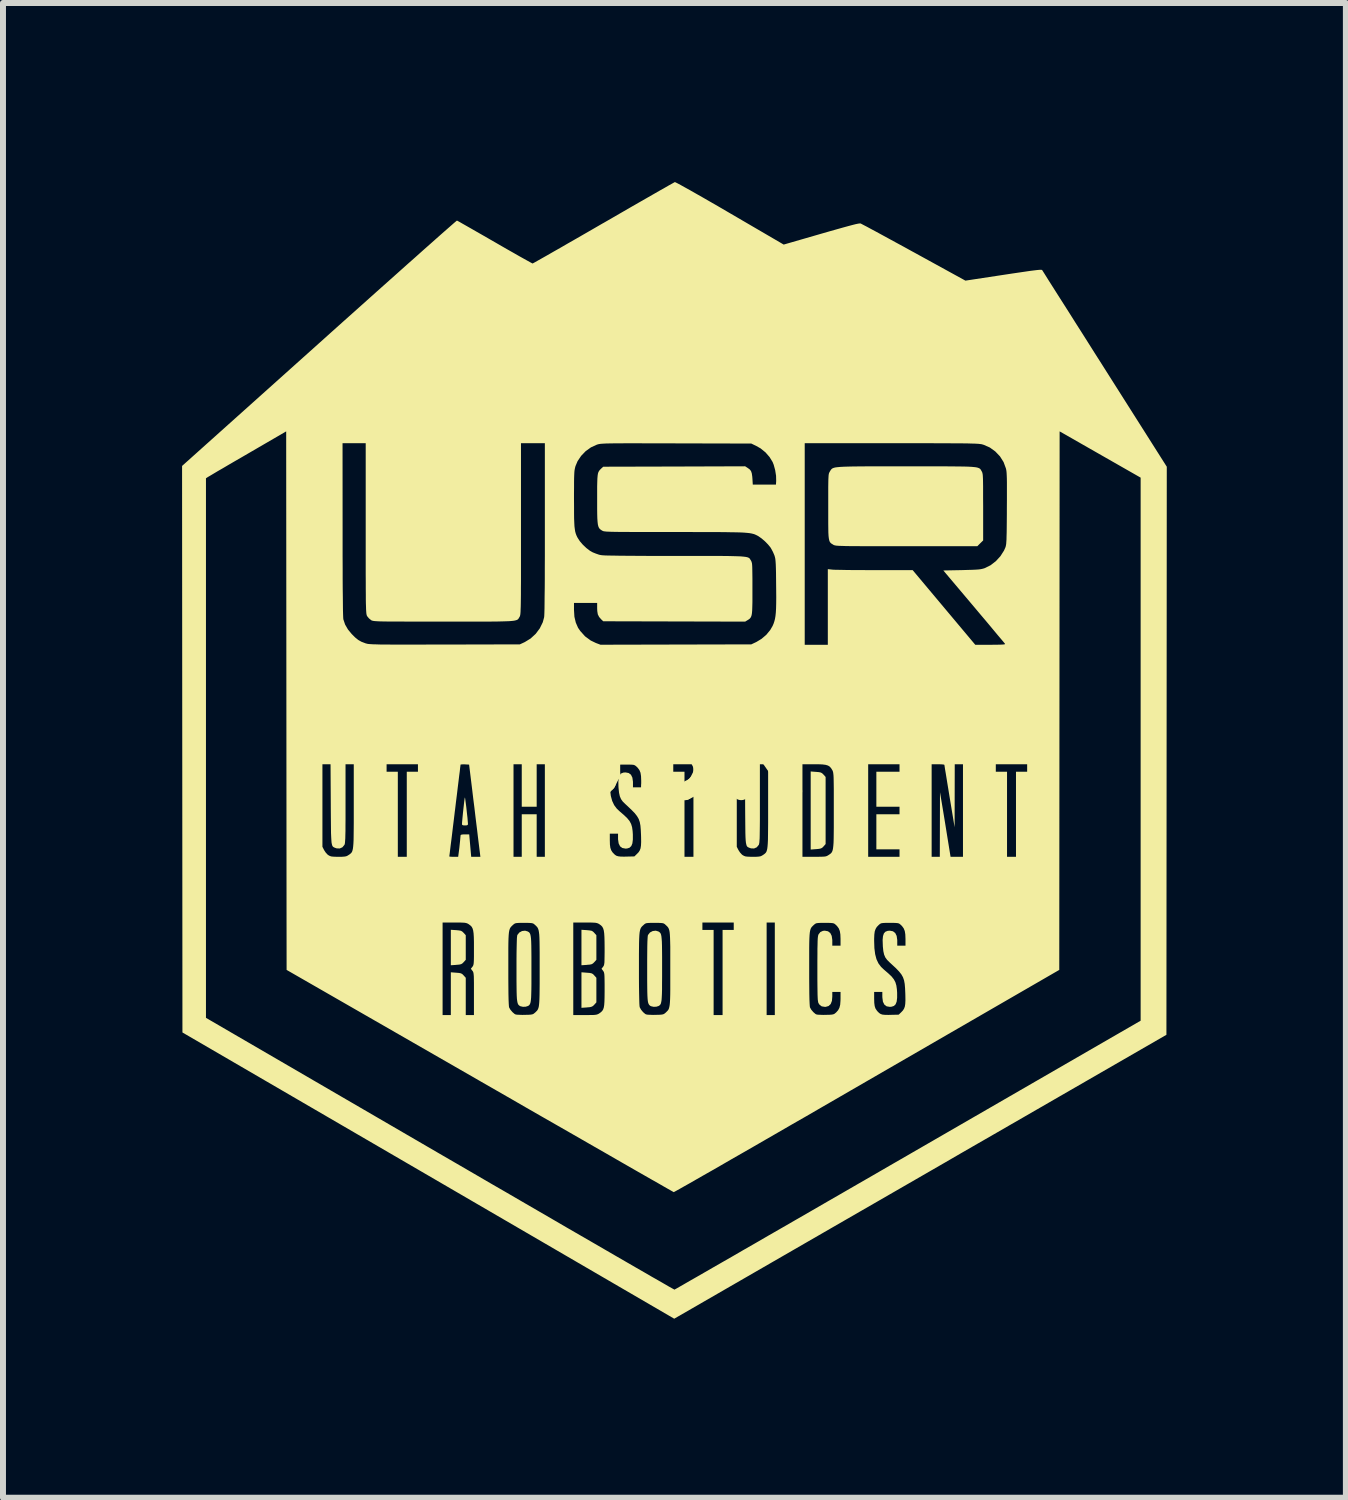
<source format=kicad_pcb>
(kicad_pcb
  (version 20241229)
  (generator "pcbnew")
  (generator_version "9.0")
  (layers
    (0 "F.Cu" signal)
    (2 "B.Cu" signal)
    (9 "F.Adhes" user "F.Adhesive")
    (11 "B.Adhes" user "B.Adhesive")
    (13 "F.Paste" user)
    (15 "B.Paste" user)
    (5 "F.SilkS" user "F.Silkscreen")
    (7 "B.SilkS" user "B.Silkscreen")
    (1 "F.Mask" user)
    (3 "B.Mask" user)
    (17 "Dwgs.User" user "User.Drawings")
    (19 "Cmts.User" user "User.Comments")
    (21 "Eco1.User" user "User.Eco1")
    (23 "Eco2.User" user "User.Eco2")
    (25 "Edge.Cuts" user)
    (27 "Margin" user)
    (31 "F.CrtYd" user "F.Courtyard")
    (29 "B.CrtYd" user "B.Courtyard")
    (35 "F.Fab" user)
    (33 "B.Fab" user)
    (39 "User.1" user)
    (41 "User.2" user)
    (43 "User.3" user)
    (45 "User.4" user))
  (footprint "USR"
    (layer "F.Cu")
    (at 8.241 9.514)
    (property "Reference" "USR" (at 0 0 0) (layer "F.SilkS") (effects (font (size 1.524 1.524) (thickness 0.3))))
    (attr through_hole)
    (fp_poly (pts (xy -3.649 3.017) (xy -3.601 3.022) (xy -3.569 3.028) (xy -3.547 3.041) (xy -3.526 3.061) (xy -3.524 3.063) (xy -3.489 3.102) (xy -3.489 3.514) (xy -3.524 3.553) (xy -3.545 3.574) (xy -3.567 3.587) (xy -3.598 3.594) (xy -3.645 3.598) (xy -3.649 3.599) (xy -3.739 3.605) (xy -3.739 3.011)) (stroke (width 0) (type solid)) (fill yes) (layer "F.SilkS"))
    (fp_poly (pts (xy -1.461 3.017) (xy -1.412 3.022) (xy -1.38 3.028) (xy -1.358 3.041) (xy -1.337 3.061) (xy -1.336 3.063) (xy -1.301 3.102) (xy -1.301 3.514) (xy -1.336 3.553) (xy -1.357 3.574) (xy -1.379 3.587) (xy -1.409 3.594) (xy -1.457 3.598) (xy -1.461 3.599) (xy -1.551 3.605) (xy -1.551 3.011)) (stroke (width 0) (type solid)) (fill yes) (layer "F.SilkS"))
    (fp_poly (pts (xy -1.461 3.73) (xy -1.412 3.734) (xy -1.38 3.741) (xy -1.358 3.753) (xy -1.337 3.774) (xy -1.336 3.776) (xy -1.301 3.815) (xy -1.301 4.227) (xy -1.336 4.266) (xy -1.357 4.287) (xy -1.379 4.299) (xy -1.409 4.307) (xy -1.457 4.311) (xy -1.461 4.312) (xy -1.551 4.318) (xy -1.551 3.723)) (stroke (width 0) (type solid)) (fill yes) (layer "F.SilkS"))
    (fp_poly (pts (xy 2.379 0.366) (xy 2.427 0.37) (xy 2.459 0.377) (xy 2.481 0.389) (xy 2.502 0.41) (xy 2.504 0.411) (xy 2.539 0.451) (xy 2.539 1.575) (xy 2.504 1.615) (xy 2.483 1.636) (xy 2.461 1.648) (xy 2.43 1.655) (xy 2.383 1.66) (xy 2.379 1.66) (xy 2.289 1.667) (xy 2.289 0.359)) (stroke (width 0) (type solid)) (fill yes) (layer "F.SilkS"))
    (fp_poly (pts (xy -3.5 0.808) (xy -3.495 0.842) (xy -3.489 0.89) (xy -3.481 0.949) (xy -3.474 1.013) (xy -3.467 1.078) (xy -3.46 1.138) (xy -3.456 1.189) (xy -3.453 1.225) (xy -3.452 1.235) (xy -3.455 1.253) (xy -3.469 1.261) (xy -3.501 1.263) (xy -3.502 1.263) (xy -3.535 1.261) (xy -3.55 1.252) (xy -3.552 1.241) (xy -3.551 1.215) (xy -3.547 1.171) (xy -3.542 1.117) (xy -3.536 1.055) (xy -3.529 0.99) (xy -3.522 0.928) (xy -3.516 0.873) (xy -3.51 0.829) (xy -3.506 0.802) (xy -3.503 0.795)) (stroke (width 0) (type solid)) (fill yes) (layer "F.SilkS"))
    (fp_poly (pts (xy -2.451 3.039) (xy -2.436 3.048) (xy -2.424 3.058) (xy -2.415 3.071) (xy -2.407 3.091) (xy -2.401 3.119) (xy -2.396 3.158) (xy -2.393 3.209) (xy -2.391 3.275) (xy -2.39 3.358) (xy -2.389 3.461) (xy -2.389 3.585) (xy -2.389 3.664) (xy -2.389 3.801) (xy -2.389 3.916) (xy -2.39 4.009) (xy -2.392 4.085) (xy -2.394 4.144) (xy -2.398 4.189) (xy -2.403 4.223) (xy -2.41 4.247) (xy -2.419 4.264) (xy -2.429 4.276) (xy -2.442 4.285) (xy -2.451 4.289) (xy -2.487 4.3) (xy -2.532 4.301) (xy -2.572 4.292) (xy -2.579 4.289) (xy -2.593 4.28) (xy -2.605 4.269) (xy -2.614 4.255) (xy -2.621 4.235) (xy -2.627 4.206) (xy -2.632 4.167) (xy -2.635 4.115) (xy -2.637 4.049) (xy -2.638 3.965) (xy -2.639 3.861) (xy -2.639 3.736) (xy -2.639 3.664) (xy -2.639 3.514) (xy -2.638 3.388) (xy -2.636 3.286) (xy -2.634 3.206) (xy -2.632 3.149) (xy -2.628 3.113) (xy -2.625 3.098) (xy -2.591 3.056) (xy -2.546 3.032) (xy -2.495 3.026)) (stroke (width 0) (type solid)) (fill yes) (layer "F.SilkS"))
    (fp_poly (pts (xy -0.262 3.039) (xy -0.248 3.048) (xy -0.236 3.058) (xy -0.226 3.071) (xy -0.218 3.091) (xy -0.212 3.119) (xy -0.208 3.158) (xy -0.204 3.209) (xy -0.202 3.275) (xy -0.201 3.358) (xy -0.2 3.461) (xy -0.2 3.585) (xy -0.2 3.664) (xy -0.2 3.801) (xy -0.201 3.916) (xy -0.201 4.009) (xy -0.203 4.085) (xy -0.206 4.144) (xy -0.209 4.189) (xy -0.215 4.223) (xy -0.221 4.247) (xy -0.23 4.264) (xy -0.241 4.276) (xy -0.254 4.285) (xy -0.262 4.289) (xy -0.299 4.3) (xy -0.344 4.301) (xy -0.383 4.292) (xy -0.391 4.289) (xy -0.405 4.28) (xy -0.416 4.269) (xy -0.425 4.255) (xy -0.433 4.235) (xy -0.439 4.206) (xy -0.443 4.167) (xy -0.446 4.115) (xy -0.448 4.049) (xy -0.449 3.965) (xy -0.45 3.861) (xy -0.45 3.736) (xy -0.45 3.664) (xy -0.45 3.514) (xy -0.449 3.388) (xy -0.448 3.286) (xy -0.446 3.206) (xy -0.443 3.149) (xy -0.44 3.113) (xy -0.436 3.098) (xy -0.403 3.056) (xy -0.357 3.032) (xy -0.306 3.026)) (stroke (width 0) (type solid)) (fill yes) (layer "F.SilkS"))
    (fp_poly (pts (xy 4.425 -4.752) (xy 4.56 -4.752) (xy 4.676 -4.751) (xy 4.775 -4.75) (xy 4.858 -4.749) (xy 4.926 -4.747) (xy 4.982 -4.744) (xy 5.026 -4.74) (xy 5.06 -4.736) (xy 5.086 -4.73) (xy 5.105 -4.723) (xy 5.119 -4.716) (xy 5.13 -4.707) (xy 5.138 -4.696) (xy 5.145 -4.684) (xy 5.152 -4.671) (xy 5.158 -4.661) (xy 5.163 -4.649) (xy 5.167 -4.633) (xy 5.171 -4.611) (xy 5.173 -4.581) (xy 5.175 -4.54) (xy 5.176 -4.485) (xy 5.177 -4.416) (xy 5.177 -4.328) (xy 5.177 -4.221) (xy 5.178 -4.091) (xy 5.178 -3.511) (xy 5.129 -3.463) (xy 5.08 -3.414) (xy 3.894 -3.414) (xy 3.695 -3.414) (xy 3.52 -3.414) (xy 3.366 -3.414) (xy 3.233 -3.415) (xy 3.119 -3.415) (xy 3.022 -3.416) (xy 2.941 -3.416) (xy 2.874 -3.417) (xy 2.82 -3.419) (xy 2.777 -3.42) (xy 2.744 -3.422) (xy 2.719 -3.424) (xy 2.701 -3.427) (xy 2.688 -3.43) (xy 2.678 -3.433) (xy 2.67 -3.437) (xy 2.668 -3.439) (xy 2.648 -3.451) (xy 2.631 -3.462) (xy 2.618 -3.475) (xy 2.607 -3.492) (xy 2.599 -3.515) (xy 2.593 -3.546) (xy 2.588 -3.588) (xy 2.585 -3.643) (xy 2.584 -3.714) (xy 2.583 -3.802) (xy 2.583 -3.91) (xy 2.583 -4.04) (xy 2.583 -4.076) (xy 2.583 -4.207) (xy 2.583 -4.315) (xy 2.583 -4.403) (xy 2.584 -4.473) (xy 2.585 -4.528) (xy 2.587 -4.569) (xy 2.589 -4.6) (xy 2.592 -4.622) (xy 2.596 -4.638) (xy 2.602 -4.651) (xy 2.608 -4.662) (xy 2.611 -4.667) (xy 2.619 -4.681) (xy 2.627 -4.693) (xy 2.636 -4.704) (xy 2.647 -4.714) (xy 2.662 -4.722) (xy 2.682 -4.729) (xy 2.709 -4.735) (xy 2.744 -4.739) (xy 2.79 -4.743) (xy 2.847 -4.746) (xy 2.916 -4.748) (xy 3.001 -4.75) (xy 3.101 -4.751) (xy 3.218 -4.752) (xy 3.355 -4.752) (xy 3.512 -4.752) (xy 3.691 -4.752) (xy 3.891 -4.752) (xy 4.092 -4.752) (xy 4.269 -4.752)) (stroke (width 0) (type solid)) (fill yes) (layer "F.SilkS"))
    (fp_poly (pts (xy 0.028 -9.508) (xy 0.062 -9.491) (xy 0.114 -9.463) (xy 0.184 -9.424) (xy 0.269 -9.377) (xy 0.369 -9.32) (xy 0.482 -9.256) (xy 0.605 -9.185) (xy 0.739 -9.108) (xy 0.881 -9.025) (xy 0.936 -8.993) (xy 1.837 -8.467) (xy 2.466 -8.649) (xy 2.612 -8.691) (xy 2.736 -8.726) (xy 2.839 -8.755) (xy 2.923 -8.778) (xy 2.991 -8.796) (xy 3.042 -8.809) (xy 3.081 -8.817) (xy 3.107 -8.821) (xy 3.123 -8.821) (xy 3.127 -8.82) (xy 3.142 -8.812) (xy 3.178 -8.793) (xy 3.232 -8.765) (xy 3.304 -8.726) (xy 3.39 -8.68) (xy 3.489 -8.626) (xy 3.599 -8.566) (xy 3.72 -8.5) (xy 3.849 -8.43) (xy 3.983 -8.356) (xy 4.02 -8.336) (xy 4.881 -7.863) (xy 5.519 -7.96) (xy 5.664 -7.982) (xy 5.787 -8) (xy 5.889 -8.015) (xy 5.971 -8.027) (xy 6.036 -8.035) (xy 6.086 -8.041) (xy 6.122 -8.044) (xy 6.146 -8.045) (xy 6.16 -8.043) (xy 6.166 -8.04) (xy 6.166 -8.04) (xy 6.174 -8.028) (xy 6.195 -7.995) (xy 6.227 -7.944) (xy 6.27 -7.875) (xy 6.324 -7.79) (xy 6.388 -7.689) (xy 6.461 -7.574) (xy 6.542 -7.447) (xy 6.631 -7.307) (xy 6.726 -7.156) (xy 6.828 -6.996) (xy 6.935 -6.827) (xy 7.046 -6.651) (xy 7.162 -6.469) (xy 7.215 -6.385) (xy 8.254 -4.746) (xy 8.251 0.012) (xy 8.248 4.77) (xy 6.641 5.697) (xy 6.469 5.796) (xy 6.277 5.907) (xy 6.067 6.028) (xy 5.842 6.158) (xy 5.602 6.296) (xy 5.351 6.441) (xy 5.09 6.591) (xy 4.821 6.746) (xy 4.547 6.905) (xy 4.268 7.066) (xy 3.987 7.228) (xy 3.706 7.39) (xy 3.427 7.551) (xy 3.151 7.71) (xy 2.882 7.865) (xy 2.62 8.016) (xy 2.518 8.075) (xy 0.003 9.526) (xy -4.116 7.128) (xy -8.235 4.731) (xy -8.238 -0.014) (xy -8.241 -4.552) (xy -7.841 -4.552) (xy -7.841 4.486) (xy -3.924 6.764) (xy -3.634 6.932) (xy -3.35 7.097) (xy -3.072 7.259) (xy -2.8 7.416) (xy -2.537 7.569) (xy -2.282 7.717) (xy -2.037 7.859) (xy -1.802 7.996) (xy -1.577 8.126) (xy -1.364 8.249) (xy -1.164 8.365) (xy -0.976 8.474) (xy -0.803 8.574) (xy -0.644 8.666) (xy -0.501 8.748) (xy -0.374 8.822) (xy -0.263 8.885) (xy -0.171 8.938) (xy -0.097 8.981) (xy -0.042 9.012) (xy -0.007 9.031) (xy 0.007 9.039) (xy 0.007 9.039) (xy 0.019 9.032) (xy 0.052 9.014) (xy 0.104 8.984) (xy 0.177 8.942) (xy 0.267 8.89) (xy 0.376 8.828) (xy 0.501 8.756) (xy 0.643 8.674) (xy 0.8 8.584) (xy 0.973 8.485) (xy 1.159 8.377) (xy 1.358 8.263) (xy 1.57 8.14) (xy 1.793 8.012) (xy 2.027 7.877) (xy 2.272 7.736) (xy 2.526 7.589) (xy 2.788 7.438) (xy 3.058 7.282) (xy 3.336 7.122) (xy 3.619 6.958) (xy 3.909 6.791) (xy 3.919 6.785) (xy 7.816 4.534) (xy 7.816 -4.563) (xy 6.459 -5.338) (xy 6.456 -0.828) (xy 6.453 3.683) (xy 3.231 5.546) (xy 2.968 5.698) (xy 2.711 5.847) (xy 2.46 5.992) (xy 2.217 6.133) (xy 1.981 6.268) (xy 1.755 6.399) (xy 1.538 6.524) (xy 1.332 6.643) (xy 1.137 6.755) (xy 0.955 6.859) (xy 0.786 6.957) (xy 0.631 7.046) (xy 0.49 7.126) (xy 0.366 7.197) (xy 0.258 7.259) (xy 0.167 7.31) (xy 0.095 7.351) (xy 0.041 7.381) (xy 0.008 7.399) (xy -0.005 7.406) (xy -0.005 7.406) (xy -0.017 7.399) (xy -0.049 7.381) (xy -0.102 7.351) (xy -0.174 7.31) (xy -0.264 7.258) (xy -0.372 7.197) (xy -0.496 7.126) (xy -0.636 7.046) (xy -0.791 6.957) (xy -0.96 6.86) (xy -1.142 6.755) (xy -1.336 6.644) (xy -1.543 6.525) (xy -1.759 6.401) (xy -1.986 6.271) (xy -2.222 6.136) (xy -2.466 5.996) (xy -2.717 5.851) (xy -2.975 5.703) (xy -3.238 5.552) (xy -3.255 5.542) (xy -6.49 3.683) (xy -6.491 2.889) (xy -3.877 2.889) (xy -3.877 4.44) (xy -3.739 4.44) (xy -3.739 3.723) (xy -3.649 3.73) (xy -3.601 3.734) (xy -3.569 3.741) (xy -3.547 3.753) (xy -3.526 3.774) (xy -3.524 3.776) (xy -3.489 3.815) (xy -3.489 4.44) (xy -3.352 4.44) (xy -3.352 4.085) (xy -3.352 3.981) (xy -3.352 3.9) (xy -3.353 3.837) (xy -3.354 3.79) (xy -3.357 3.757) (xy -3.36 3.734) (xy -3.365 3.718) (xy -3.371 3.706) (xy -3.378 3.697) (xy -3.403 3.664) (xy -3.403 3.663) (xy -2.776 3.663) (xy -2.776 3.826) (xy -2.775 3.967) (xy -2.774 4.084) (xy -2.772 4.177) (xy -2.769 4.246) (xy -2.766 4.291) (xy -2.763 4.311) (xy -2.741 4.35) (xy -2.707 4.39) (xy -2.671 4.421) (xy -2.658 4.428) (xy -2.635 4.433) (xy -2.594 4.435) (xy -2.541 4.437) (xy -2.499 4.436) (xy -2.439 4.435) (xy -2.399 4.432) (xy -2.372 4.427) (xy -2.352 4.418) (xy -2.335 4.404) (xy -2.325 4.396) (xy -2.309 4.38) (xy -2.295 4.366) (xy -2.284 4.35) (xy -2.275 4.33) (xy -2.267 4.304) (xy -2.262 4.271) (xy -2.258 4.228) (xy -2.255 4.172) (xy -2.253 4.101) (xy -2.252 4.014) (xy -2.251 3.908) (xy -2.251 3.781) (xy -2.251 3.664) (xy -2.251 3.519) (xy -2.251 3.396) (xy -2.252 3.295) (xy -2.253 3.211) (xy -2.255 3.144) (xy -2.258 3.091) (xy -2.263 3.05) (xy -2.269 3.018) (xy -2.277 2.994) (xy -2.286 2.975) (xy -2.298 2.96) (xy -2.312 2.945) (xy -2.325 2.933) (xy -2.343 2.917) (xy -2.359 2.906) (xy -2.38 2.9) (xy -2.41 2.897) (xy -2.454 2.895) (xy -2.514 2.895) (xy -2.577 2.895) (xy -2.62 2.897) (xy -2.649 2.9) (xy -2.669 2.907) (xy -2.685 2.918) (xy -2.702 2.933) (xy -2.718 2.948) (xy -2.732 2.963) (xy -2.744 2.979) (xy -2.753 2.999) (xy -2.76 3.024) (xy -2.766 3.058) (xy -2.77 3.101) (xy -2.773 3.157) (xy -2.775 3.228) (xy -2.776 3.315) (xy -2.776 3.421) (xy -2.776 3.548) (xy -2.776 3.663) (xy -3.403 3.663) (xy -3.378 3.631) (xy -3.369 3.619) (xy -3.363 3.605) (xy -3.358 3.586) (xy -3.355 3.557) (xy -3.353 3.517) (xy -3.352 3.46) (xy -3.352 3.384) (xy -3.352 3.318) (xy -3.352 3.215) (xy -3.354 3.133) (xy -3.358 3.07) (xy -3.365 3.022) (xy -3.376 2.986) (xy -3.391 2.959) (xy -3.412 2.938) (xy -3.438 2.919) (xy -3.443 2.915) (xy -3.462 2.905) (xy -3.482 2.898) (xy -3.509 2.893) (xy -3.547 2.891) (xy -3.601 2.889) (xy -3.675 2.889) (xy -3.681 2.889) (xy -1.688 2.889) (xy -1.688 4.44) (xy -1.491 4.44) (xy -1.416 4.439) (xy -1.362 4.439) (xy -1.324 4.436) (xy -1.297 4.432) (xy -1.277 4.425) (xy -1.259 4.416) (xy -1.249 4.409) (xy -1.223 4.39) (xy -1.203 4.37) (xy -1.188 4.346) (xy -1.177 4.314) (xy -1.17 4.272) (xy -1.166 4.215) (xy -1.164 4.141) (xy -1.163 4.047) (xy -1.163 4.011) (xy -1.163 3.92) (xy -1.164 3.85) (xy -1.165 3.799) (xy -1.167 3.762) (xy -1.171 3.736) (xy -1.176 3.719) (xy -1.183 3.706) (xy -1.189 3.697) (xy -1.215 3.664) (xy -1.214 3.663) (xy -0.588 3.663) (xy -0.588 3.826) (xy -0.587 3.967) (xy -0.585 4.084) (xy -0.583 4.177) (xy -0.581 4.246) (xy -0.578 4.291) (xy -0.574 4.311) (xy -0.552 4.35) (xy -0.519 4.39) (xy -0.483 4.421) (xy -0.469 4.428) (xy -0.446 4.433) (xy -0.405 4.435) (xy -0.352 4.437) (xy -0.31 4.436) (xy -0.251 4.435) (xy -0.21 4.432) (xy -0.183 4.427) (xy -0.164 4.418) (xy -0.146 4.404) (xy -0.137 4.396) (xy -0.121 4.38) (xy -0.107 4.366) (xy -0.095 4.35) (xy -0.086 4.33) (xy -0.079 4.304) (xy -0.073 4.271) (xy -0.069 4.228) (xy -0.066 4.172) (xy -0.064 4.101) (xy -0.063 4.014) (xy -0.063 3.908) (xy -0.063 3.781) (xy -0.063 3.664) (xy -0.063 3.519) (xy -0.063 3.396) (xy -0.063 3.295) (xy -0.065 3.211) (xy -0.067 3.144) (xy -0.07 3.091) (xy -0.074 3.05) (xy -0.08 3.018) (xy -0.088 2.994) (xy -0.098 2.975) (xy -0.109 2.96) (xy -0.124 2.945) (xy -0.137 2.933) (xy -0.154 2.917) (xy -0.171 2.906) (xy -0.191 2.9) (xy -0.221 2.897) (xy -0.266 2.895) (xy -0.325 2.895) (xy -0.388 2.895) (xy -0.432 2.897) (xy -0.461 2.9) (xy -0.481 2.907) (xy -0.497 2.918) (xy -0.513 2.933) (xy -0.53 2.948) (xy -0.544 2.963) (xy -0.555 2.979) (xy -0.564 2.999) (xy -0.571 3.024) (xy -0.577 3.058) (xy -0.581 3.101) (xy -0.584 3.157) (xy -0.586 3.228) (xy -0.587 3.315) (xy -0.588 3.421) (xy -0.588 3.548) (xy -0.588 3.663) (xy -1.214 3.663) (xy -1.189 3.631) (xy -1.181 3.619) (xy -1.174 3.605) (xy -1.17 3.586) (xy -1.166 3.557) (xy -1.165 3.517) (xy -1.164 3.46) (xy -1.163 3.384) (xy -1.163 3.318) (xy -1.164 3.215) (xy -1.166 3.133) (xy -1.17 3.07) (xy -1.177 3.022) (xy -1.188 2.986) (xy -1.203 2.959) (xy -1.223 2.938) (xy -1.249 2.919) (xy -1.255 2.915) (xy -1.273 2.905) (xy -1.294 2.898) (xy -1.321 2.893) (xy -1.359 2.891) (xy -1.412 2.889) (xy -1.486 2.889) (xy -1.493 2.889) (xy 0.475 2.889) (xy 0.475 3.014) (xy 0.663 3.014) (xy 0.663 4.44) (xy 0.813 4.44) (xy 0.813 3.014) (xy 1 3.014) (xy 1 2.889) (xy 1.551 2.889) (xy 1.551 4.44) (xy 1.688 4.44) (xy 1.688 3.663) (xy 2.264 3.663) (xy 2.264 3.826) (xy 2.265 3.967) (xy 2.266 4.084) (xy 2.268 4.177) (xy 2.271 4.246) (xy 2.274 4.291) (xy 2.277 4.311) (xy 2.299 4.35) (xy 2.333 4.39) (xy 2.369 4.421) (xy 2.382 4.428) (xy 2.405 4.433) (xy 2.446 4.435) (xy 2.499 4.437) (xy 2.541 4.436) (xy 2.601 4.435) (xy 2.641 4.432) (xy 2.668 4.427) (xy 2.688 4.418) (xy 2.705 4.404) (xy 2.715 4.396) (xy 2.748 4.359) (xy 2.77 4.318) (xy 2.783 4.267) (xy 2.788 4.201) (xy 2.789 4.165) (xy 2.789 4.052) (xy 3.352 4.052) (xy 3.352 4.164) (xy 3.354 4.235) (xy 3.361 4.289) (xy 3.374 4.329) (xy 3.397 4.364) (xy 3.412 4.382) (xy 3.437 4.406) (xy 3.462 4.422) (xy 3.492 4.432) (xy 3.534 4.436) (xy 3.592 4.437) (xy 3.629 4.436) (xy 3.763 4.433) (xy 3.807 4.391) (xy 3.834 4.362) (xy 3.853 4.332) (xy 3.866 4.297) (xy 3.873 4.253) (xy 3.876 4.193) (xy 3.875 4.116) (xy 3.874 4.079) (xy 3.87 3.99) (xy 3.864 3.918) (xy 3.853 3.858) (xy 3.835 3.806) (xy 3.808 3.758) (xy 3.769 3.709) (xy 3.717 3.655) (xy 3.648 3.591) (xy 3.611 3.557) (xy 3.569 3.515) (xy 3.539 3.474) (xy 3.519 3.427) (xy 3.506 3.369) (xy 3.498 3.293) (xy 3.497 3.268) (xy 3.494 3.182) (xy 3.5 3.118) (xy 3.515 3.072) (xy 3.54 3.044) (xy 3.578 3.029) (xy 3.614 3.026) (xy 3.667 3.036) (xy 3.705 3.065) (xy 3.729 3.113) (xy 3.739 3.182) (xy 3.739 3.201) (xy 3.739 3.277) (xy 3.877 3.277) (xy 3.877 3.164) (xy 3.874 3.088) (xy 3.865 3.032) (xy 3.847 2.987) (xy 3.819 2.949) (xy 3.803 2.933) (xy 3.785 2.917) (xy 3.769 2.906) (xy 3.748 2.9) (xy 3.718 2.897) (xy 3.674 2.895) (xy 3.614 2.895) (xy 3.551 2.895) (xy 3.508 2.897) (xy 3.479 2.9) (xy 3.459 2.907) (xy 3.443 2.918) (xy 3.426 2.933) (xy 3.396 2.964) (xy 3.376 2.998) (xy 3.362 3.038) (xy 3.355 3.09) (xy 3.352 3.16) (xy 3.352 3.198) (xy 3.356 3.319) (xy 3.369 3.42) (xy 3.391 3.504) (xy 3.424 3.574) (xy 3.469 3.634) (xy 3.517 3.679) (xy 3.589 3.741) (xy 3.644 3.793) (xy 3.682 3.841) (xy 3.708 3.89) (xy 3.724 3.944) (xy 3.733 4.007) (xy 3.737 4.065) (xy 3.737 4.151) (xy 3.729 4.215) (xy 3.711 4.26) (xy 3.683 4.287) (xy 3.642 4.3) (xy 3.614 4.302) (xy 3.561 4.293) (xy 3.523 4.264) (xy 3.499 4.216) (xy 3.49 4.147) (xy 3.489 4.128) (xy 3.489 4.052) (xy 3.352 4.052) (xy 2.789 4.052) (xy 2.651 4.052) (xy 2.651 4.128) (xy 2.645 4.201) (xy 2.624 4.255) (xy 2.589 4.288) (xy 2.54 4.302) (xy 2.526 4.302) (xy 2.474 4.294) (xy 2.437 4.266) (xy 2.42 4.24) (xy 2.415 4.228) (xy 2.412 4.209) (xy 2.408 4.183) (xy 2.406 4.145) (xy 2.404 4.095) (xy 2.403 4.029) (xy 2.402 3.947) (xy 2.401 3.844) (xy 2.401 3.72) (xy 2.401 3.664) (xy 2.401 3.531) (xy 2.402 3.42) (xy 2.402 3.33) (xy 2.404 3.258) (xy 2.405 3.202) (xy 2.407 3.159) (xy 2.41 3.129) (xy 2.414 3.107) (xy 2.418 3.093) (xy 2.42 3.089) (xy 2.451 3.049) (xy 2.494 3.029) (xy 2.526 3.026) (xy 2.579 3.036) (xy 2.617 3.065) (xy 2.641 3.113) (xy 2.651 3.182) (xy 2.651 3.201) (xy 2.651 3.277) (xy 2.789 3.277) (xy 2.789 3.164) (xy 2.786 3.088) (xy 2.777 3.032) (xy 2.759 2.987) (xy 2.731 2.949) (xy 2.715 2.933) (xy 2.697 2.917) (xy 2.681 2.906) (xy 2.66 2.9) (xy 2.63 2.897) (xy 2.586 2.895) (xy 2.526 2.895) (xy 2.463 2.895) (xy 2.42 2.897) (xy 2.391 2.9) (xy 2.371 2.907) (xy 2.355 2.918) (xy 2.338 2.933) (xy 2.322 2.948) (xy 2.308 2.963) (xy 2.296 2.979) (xy 2.287 2.999) (xy 2.28 3.024) (xy 2.274 3.058) (xy 2.27 3.101) (xy 2.267 3.157) (xy 2.265 3.228) (xy 2.264 3.315) (xy 2.264 3.421) (xy 2.264 3.548) (xy 2.264 3.663) (xy 1.688 3.663) (xy 1.688 2.889) (xy 1.551 2.889) (xy 1 2.889) (xy 0.475 2.889) (xy -1.493 2.889) (xy -1.688 2.889) (xy -3.681 2.889) (xy -3.877 2.889) (xy -6.491 2.889) (xy -6.493 0.238) (xy -5.89 0.238) (xy -5.89 1.621) (xy -5.862 1.676) (xy -5.836 1.716) (xy -5.804 1.751) (xy -5.792 1.76) (xy -5.769 1.773) (xy -5.744 1.782) (xy -5.711 1.786) (xy -5.663 1.788) (xy -5.623 1.788) (xy -5.563 1.788) (xy -5.522 1.785) (xy -5.493 1.78) (xy -5.47 1.77) (xy -5.451 1.758) (xy -5.433 1.746) (xy -5.418 1.734) (xy -5.406 1.722) (xy -5.395 1.706) (xy -5.387 1.684) (xy -5.38 1.655) (xy -5.375 1.617) (xy -5.371 1.568) (xy -5.368 1.505) (xy -5.367 1.427) (xy -5.366 1.332) (xy -5.365 1.218) (xy -5.365 1.082) (xy -5.365 0.939) (xy -5.365 0.238) (xy -4.815 0.238) (xy -4.815 0.363) (xy -4.627 0.363) (xy -4.627 1.788) (xy -4.477 1.788) (xy -4.477 1.784) (xy -3.764 1.784) (xy -3.753 1.786) (xy -3.723 1.788) (xy -3.69 1.788) (xy -3.616 1.788) (xy -3.609 1.735) (xy -3.603 1.69) (xy -3.596 1.635) (xy -3.59 1.576) (xy -3.584 1.52) (xy -3.58 1.473) (xy -3.577 1.442) (xy -3.577 1.435) (xy -3.573 1.423) (xy -3.557 1.416) (xy -3.525 1.413) (xy -3.504 1.413) (xy -3.431 1.413) (xy -3.398 1.788) (xy -3.244 1.788) (xy -3.286 1.448) (xy -3.298 1.346) (xy -3.313 1.226) (xy -3.329 1.095) (xy -3.345 0.959) (xy -3.362 0.826) (xy -3.377 0.701) (xy -3.38 0.675) (xy -3.433 0.244) (xy -3.505 0.24) (xy -3.543 0.24) (xy -3.57 0.242) (xy -3.577 0.246) (xy -3.578 0.26) (xy -3.583 0.297) (xy -3.589 0.354) (xy -3.599 0.429) (xy -3.61 0.521) (xy -3.623 0.626) (xy -3.637 0.744) (xy -3.653 0.871) (xy -3.669 1.006) (xy -3.671 1.018) (xy -3.687 1.153) (xy -3.703 1.281) (xy -3.717 1.399) (xy -3.73 1.505) (xy -3.742 1.597) (xy -3.751 1.673) (xy -3.758 1.731) (xy -3.763 1.769) (xy -3.764 1.784) (xy -3.764 1.784) (xy -4.477 1.784) (xy -4.477 0.363) (xy -4.29 0.363) (xy -4.29 0.238) (xy -2.689 0.238) (xy -2.689 1.788) (xy -2.551 1.788) (xy -2.551 1.076) (xy -2.301 1.076) (xy -2.301 1.788) (xy -2.164 1.788) (xy -2.164 1.401) (xy -1.076 1.401) (xy -1.076 1.512) (xy -1.074 1.584) (xy -1.067 1.637) (xy -1.053 1.678) (xy -1.031 1.713) (xy -1.015 1.73) (xy -0.99 1.755) (xy -0.965 1.771) (xy -0.935 1.78) (xy -0.893 1.785) (xy -0.835 1.786) (xy -0.798 1.785) (xy -0.664 1.782) (xy -0.62 1.739) (xy -0.593 1.711) (xy -0.574 1.681) (xy -0.561 1.646) (xy -0.554 1.601) (xy -0.551 1.542) (xy -0.552 1.464) (xy -0.553 1.427) (xy -0.557 1.339) (xy -0.563 1.267) (xy -0.574 1.207) (xy -0.592 1.155) (xy -0.62 1.107) (xy -0.658 1.058) (xy -0.711 1.004) (xy -0.779 0.939) (xy -0.816 0.905) (xy -0.858 0.864) (xy -0.888 0.822) (xy -0.908 0.775) (xy -0.921 0.717) (xy -0.929 0.642) (xy -0.931 0.617) (xy -0.933 0.531) (xy -0.927 0.466) (xy -0.912 0.421) (xy -0.887 0.393) (xy -0.85 0.378) (xy -0.813 0.375) (xy -0.76 0.385) (xy -0.722 0.413) (xy -0.698 0.462) (xy -0.688 0.531) (xy -0.688 0.55) (xy -0.688 0.625) (xy -0.55 0.625) (xy -0.55 0.512) (xy -0.553 0.437) (xy -0.562 0.38) (xy -0.58 0.336) (xy -0.608 0.298) (xy -0.625 0.281) (xy -0.642 0.266) (xy -0.659 0.255) (xy -0.679 0.248) (xy -0.709 0.245) (xy -0.753 0.244) (xy -0.813 0.244) (xy -0.876 0.244) (xy -0.919 0.245) (xy -0.948 0.249) (xy -0.968 0.255) (xy -0.985 0.266) (xy -1.001 0.281) (xy -1.031 0.313) (xy -1.052 0.346) (xy -1.065 0.386) (xy -1.072 0.439) (xy -1.075 0.508) (xy -1.075 0.547) (xy -1.071 0.668) (xy -1.059 0.769) (xy -1.036 0.853) (xy -1.003 0.923) (xy -0.958 0.983) (xy -0.91 1.028) (xy -0.838 1.09) (xy -0.784 1.142) (xy -0.745 1.19) (xy -0.719 1.239) (xy -0.703 1.292) (xy -0.694 1.356) (xy -0.69 1.414) (xy -0.69 1.5) (xy -0.698 1.564) (xy -0.716 1.608) (xy -0.745 1.636) (xy -0.785 1.649) (xy -0.813 1.651) (xy -0.866 1.641) (xy -0.904 1.613) (xy -0.928 1.564) (xy -0.938 1.495) (xy -0.938 1.476) (xy -0.938 1.401) (xy -1.076 1.401) (xy -2.164 1.401) (xy -2.164 0.238) (xy -0.013 0.238) (xy -0.013 0.363) (xy 0.175 0.363) (xy 0.175 1.788) (xy 0.325 1.788) (xy 0.325 0.363) (xy 0.513 0.363) (xy 0.513 0.238) (xy 1.051 0.238) (xy 1.051 1.621) (xy 1.079 1.676) (xy 1.105 1.716) (xy 1.137 1.751) (xy 1.149 1.76) (xy 1.172 1.773) (xy 1.197 1.782) (xy 1.23 1.786) (xy 1.278 1.788) (xy 1.318 1.788) (xy 1.378 1.788) (xy 1.419 1.785) (xy 1.448 1.78) (xy 1.471 1.77) (xy 1.49 1.758) (xy 1.508 1.746) (xy 1.523 1.734) (xy 1.535 1.722) (xy 1.546 1.706) (xy 1.554 1.684) (xy 1.561 1.655) (xy 1.566 1.617) (xy 1.57 1.568) (xy 1.573 1.505) (xy 1.574 1.427) (xy 1.575 1.332) (xy 1.576 1.218) (xy 1.576 1.082) (xy 1.576 0.939) (xy 1.576 0.238) (xy 2.151 0.238) (xy 2.151 1.788) (xy 2.348 1.788) (xy 2.423 1.788) (xy 2.477 1.787) (xy 2.516 1.785) (xy 2.543 1.781) (xy 2.563 1.774) (xy 2.58 1.764) (xy 2.59 1.758) (xy 2.609 1.745) (xy 2.625 1.733) (xy 2.638 1.719) (xy 2.648 1.702) (xy 2.657 1.678) (xy 2.663 1.647) (xy 2.668 1.606) (xy 2.672 1.552) (xy 2.674 1.484) (xy 2.675 1.4) (xy 2.676 1.297) (xy 2.676 1.174) (xy 2.676 1.028) (xy 2.676 1.014) (xy 2.676 0.872) (xy 2.676 0.753) (xy 2.676 0.655) (xy 2.675 0.575) (xy 2.674 0.511) (xy 2.673 0.462) (xy 2.671 0.424) (xy 2.668 0.396) (xy 2.665 0.375) (xy 2.661 0.359) (xy 2.656 0.346) (xy 2.652 0.338) (xy 2.631 0.304) (xy 2.608 0.278) (xy 2.579 0.26) (xy 2.539 0.248) (xy 2.484 0.241) (xy 2.412 0.238) (xy 2.347 0.238) (xy 3.252 0.238) (xy 3.252 1.788) (xy 3.777 1.788) (xy 3.777 1.663) (xy 3.389 1.663) (xy 3.389 1.076) (xy 3.777 1.076) (xy 3.777 0.95) (xy 3.389 0.95) (xy 3.389 0.363) (xy 3.777 0.363) (xy 3.777 0.238) (xy 4.315 0.238) (xy 4.315 1.788) (xy 4.452 1.788) (xy 4.455 0.707) (xy 4.502 0.988) (xy 4.519 1.091) (xy 4.538 1.207) (xy 4.557 1.325) (xy 4.575 1.437) (xy 4.59 1.529) (xy 4.632 1.788) (xy 4.84 1.788) (xy 4.84 0.238) (xy 5.39 0.238) (xy 5.39 0.363) (xy 5.578 0.363) (xy 5.578 1.788) (xy 5.728 1.788) (xy 5.728 0.363) (xy 5.915 0.363) (xy 5.915 0.238) (xy 5.39 0.238) (xy 4.84 0.238) (xy 4.702 0.238) (xy 4.7 1.294) (xy 4.614 0.775) (xy 4.596 0.664) (xy 4.579 0.561) (xy 4.564 0.468) (xy 4.551 0.388) (xy 4.54 0.324) (xy 4.533 0.277) (xy 4.529 0.251) (xy 4.528 0.247) (xy 4.516 0.243) (xy 4.485 0.24) (xy 4.44 0.238) (xy 4.421 0.238) (xy 4.315 0.238) (xy 3.777 0.238) (xy 3.252 0.238) (xy 2.347 0.238) (xy 2.151 0.238) (xy 1.576 0.238) (xy 1.438 0.238) (xy 1.438 0.895) (xy 1.438 1.043) (xy 1.438 1.168) (xy 1.437 1.272) (xy 1.436 1.357) (xy 1.435 1.426) (xy 1.434 1.479) (xy 1.431 1.519) (xy 1.429 1.549) (xy 1.425 1.57) (xy 1.422 1.583) (xy 1.419 1.589) (xy 1.386 1.629) (xy 1.341 1.649) (xy 1.289 1.647) (xy 1.26 1.637) (xy 1.246 1.631) (xy 1.234 1.624) (xy 1.224 1.615) (xy 1.216 1.601) (xy 1.21 1.58) (xy 1.204 1.551) (xy 1.2 1.512) (xy 1.197 1.46) (xy 1.195 1.393) (xy 1.194 1.31) (xy 1.193 1.208) (xy 1.192 1.086) (xy 1.191 0.942) (xy 1.191 0.904) (xy 1.187 0.238) (xy 1.051 0.238) (xy 0.513 0.238) (xy -0.013 0.238) (xy -2.164 0.238) (xy -2.301 0.238) (xy -2.301 0.95) (xy -2.551 0.95) (xy -2.551 0.238) (xy -2.689 0.238) (xy -4.29 0.238) (xy -4.815 0.238) (xy -5.365 0.238) (xy -5.503 0.238) (xy -5.503 0.895) (xy -5.503 1.043) (xy -5.503 1.168) (xy -5.504 1.272) (xy -5.504 1.357) (xy -5.506 1.426) (xy -5.507 1.479) (xy -5.51 1.519) (xy -5.512 1.549) (xy -5.515 1.57) (xy -5.519 1.583) (xy -5.522 1.589) (xy -5.555 1.629) (xy -5.6 1.649) (xy -5.652 1.647) (xy -5.681 1.637) (xy -5.695 1.631) (xy -5.707 1.624) (xy -5.717 1.615) (xy -5.725 1.601) (xy -5.731 1.58) (xy -5.737 1.551) (xy -5.74 1.512) (xy -5.743 1.46) (xy -5.746 1.393) (xy -5.747 1.31) (xy -5.748 1.208) (xy -5.749 1.086) (xy -5.75 0.942) (xy -5.75 0.904) (xy -5.754 0.238) (xy -5.89 0.238) (xy -6.493 0.238) (xy -6.497 -5.14) (xy -5.553 -5.14) (xy -5.552 -3.692) (xy -5.552 -3.458) (xy -5.552 -3.24) (xy -5.551 -3.041) (xy -5.551 -2.861) (xy -5.55 -2.701) (xy -5.548 -2.561) (xy -5.547 -2.442) (xy -5.546 -2.345) (xy -5.544 -2.271) (xy -5.542 -2.22) (xy -5.54 -2.194) (xy -5.54 -2.191) (xy -5.51 -2.102) (xy -5.462 -2.019) (xy -5.399 -1.943) (xy -5.342 -1.886) (xy -5.29 -1.844) (xy -5.237 -1.814) (xy -5.174 -1.79) (xy -5.167 -1.787) (xy -5.154 -1.784) (xy -5.14 -1.78) (xy -5.123 -1.777) (xy -5.1 -1.775) (xy -5.072 -1.773) (xy -5.035 -1.771) (xy -4.989 -1.77) (xy -4.933 -1.768) (xy -4.864 -1.767) (xy -4.781 -1.767) (xy -4.683 -1.766) (xy -4.568 -1.766) (xy -4.434 -1.766) (xy -4.281 -1.766) (xy -4.106 -1.767) (xy -3.907 -1.767) (xy -3.839 -1.767) (xy -2.583 -1.77) (xy -2.501 -1.808) (xy -2.403 -1.868) (xy -2.318 -1.946) (xy -2.249 -2.038) (xy -2.199 -2.14) (xy -2.176 -2.225) (xy -2.174 -2.249) (xy -2.172 -2.297) (xy -2.17 -2.368) (xy -2.169 -2.463) (xy -2.169 -2.464) (xy -1.676 -2.464) (xy -1.676 -2.346) (xy -1.669 -2.233) (xy -1.646 -2.135) (xy -1.608 -2.048) (xy -1.57 -1.993) (xy -1.49 -1.904) (xy -1.396 -1.835) (xy -1.309 -1.793) (xy -1.232 -1.764) (xy 0.031 -1.767) (xy 1.294 -1.77) (xy 1.379 -1.81) (xy 1.465 -1.862) (xy 1.545 -1.93) (xy 1.611 -2.01) (xy 1.651 -2.079) (xy 1.667 -2.116) (xy 1.68 -2.155) (xy 1.691 -2.197) (xy 1.699 -2.245) (xy 1.705 -2.302) (xy 1.709 -2.371) (xy 1.711 -2.455) (xy 1.712 -2.557) (xy 1.711 -2.679) (xy 1.71 -2.767) (xy 1.709 -2.883) (xy 1.708 -2.977) (xy 1.706 -3.052) (xy 1.704 -3.11) (xy 1.701 -3.155) (xy 1.698 -3.189) (xy 1.694 -3.216) (xy 1.688 -3.239) (xy 1.682 -3.259) (xy 1.679 -3.267) (xy 1.657 -3.318) (xy 1.63 -3.369) (xy 1.615 -3.394) (xy 1.574 -3.444) (xy 1.522 -3.497) (xy 1.466 -3.545) (xy 1.413 -3.582) (xy 1.399 -3.59) (xy 1.379 -3.6) (xy 1.36 -3.609) (xy 1.34 -3.617) (xy 1.317 -3.623) (xy 1.291 -3.629) (xy 1.259 -3.634) (xy 1.22 -3.638) (xy 1.172 -3.642) (xy 1.113 -3.645) (xy 1.043 -3.647) (xy 0.959 -3.648) (xy 0.861 -3.65) (xy 0.745 -3.651) (xy 0.612 -3.651) (xy 0.458 -3.651) (xy 0.284 -3.652) (xy 0.086 -3.652) (xy 0.014 -3.652) (xy -0.184 -3.652) (xy -0.359 -3.652) (xy -0.512 -3.652) (xy -0.644 -3.652) (xy -0.758 -3.653) (xy -0.854 -3.653) (xy -0.935 -3.654) (xy -1.001 -3.655) (xy -1.055 -3.656) (xy -1.097 -3.658) (xy -1.13 -3.659) (xy -1.155 -3.662) (xy -1.173 -3.664) (xy -1.186 -3.667) (xy -1.195 -3.671) (xy -1.203 -3.675) (xy -1.207 -3.677) (xy -1.228 -3.691) (xy -1.245 -3.705) (xy -1.258 -3.723) (xy -1.268 -3.746) (xy -1.276 -3.779) (xy -1.281 -3.822) (xy -1.285 -3.879) (xy -1.287 -3.952) (xy -1.288 -4.045) (xy -1.288 -4.159) (xy -1.288 -4.201) (xy -1.288 -4.319) (xy -1.288 -4.415) (xy -1.286 -4.491) (xy -1.284 -4.55) (xy -1.28 -4.596) (xy -1.275 -4.63) (xy -1.267 -4.655) (xy -1.256 -4.675) (xy -1.243 -4.692) (xy -1.226 -4.709) (xy -1.22 -4.715) (xy -1.186 -4.746) (xy 0.002 -4.749) (xy 1.191 -4.753) (xy 1.233 -4.726) (xy 1.266 -4.702) (xy 1.289 -4.674) (xy 1.302 -4.636) (xy 1.31 -4.583) (xy 1.313 -4.546) (xy 1.319 -4.446) (xy 1.707 -4.446) (xy 1.711 -4.507) (xy 1.709 -4.594) (xy 1.694 -4.689) (xy 1.669 -4.78) (xy 1.651 -4.825) (xy 1.6 -4.908) (xy 1.532 -4.986) (xy 1.451 -5.052) (xy 1.379 -5.093) (xy 1.294 -5.134) (xy 0.038 -5.137) (xy -0.167 -5.138) (xy -0.348 -5.138) (xy -0.508 -5.138) (xy -0.647 -5.139) (xy -0.767 -5.139) (xy -0.87 -5.138) (xy -0.957 -5.138) (xy -1.029 -5.137) (xy -1.089 -5.136) (xy -1.138 -5.135) (xy -1.177 -5.133) (xy -1.208 -5.131) (xy -1.232 -5.129) (xy -1.251 -5.126) (xy -1.267 -5.123) (xy -1.281 -5.119) (xy -1.294 -5.115) (xy -1.296 -5.114) (xy -1.392 -5.07) (xy -1.48 -5.007) (xy -1.556 -4.928) (xy -1.616 -4.839) (xy -1.651 -4.756) (xy -1.657 -4.734) (xy -1.662 -4.711) (xy -1.667 -4.684) (xy -1.67 -4.652) (xy -1.672 -4.61) (xy -1.674 -4.557) (xy -1.675 -4.489) (xy -1.675 -4.404) (xy -1.676 -4.299) (xy -1.676 -4.204) (xy -1.675 -4.073) (xy -1.675 -3.965) (xy -1.674 -3.877) (xy -1.671 -3.805) (xy -1.668 -3.747) (xy -1.662 -3.7) (xy -1.656 -3.661) (xy -1.647 -3.628) (xy -1.636 -3.598) (xy -1.622 -3.568) (xy -1.613 -3.552) (xy -1.578 -3.498) (xy -1.528 -3.44) (xy -1.469 -3.384) (xy -1.409 -3.338) (xy -1.363 -3.312) (xy -1.311 -3.291) (xy -1.256 -3.272) (xy -1.228 -3.266) (xy -1.205 -3.263) (xy -1.162 -3.26) (xy -1.099 -3.258) (xy -1.015 -3.257) (xy -0.91 -3.255) (xy -0.783 -3.254) (xy -0.633 -3.253) (xy -0.46 -3.252) (xy -0.263 -3.252) (xy -0.042 -3.252) (xy 0.014 -3.252) (xy 0.216 -3.252) (xy 0.395 -3.252) (xy 0.552 -3.252) (xy 0.688 -3.251) (xy 0.806 -3.251) (xy 0.906 -3.25) (xy 0.989 -3.248) (xy 1.059 -3.246) (xy 1.115 -3.244) (xy 1.16 -3.24) (xy 1.195 -3.236) (xy 1.222 -3.231) (xy 1.241 -3.225) (xy 1.256 -3.217) (xy 1.266 -3.209) (xy 1.273 -3.199) (xy 1.28 -3.187) (xy 1.288 -3.175) (xy 1.289 -3.173) (xy 1.295 -3.161) (xy 1.3 -3.147) (xy 1.305 -3.128) (xy 1.308 -3.102) (xy 1.31 -3.065) (xy 1.311 -3.016) (xy 1.312 -2.951) (xy 1.313 -2.868) (xy 1.313 -2.763) (xy 1.313 -2.704) (xy 1.313 -2.582) (xy 1.313 -2.483) (xy 1.311 -2.403) (xy 1.309 -2.341) (xy 1.305 -2.293) (xy 1.299 -2.258) (xy 1.29 -2.232) (xy 1.279 -2.213) (xy 1.265 -2.198) (xy 1.247 -2.185) (xy 1.234 -2.177) (xy 1.191 -2.151) (xy 0.002 -2.154) (xy -1.186 -2.157) (xy -1.22 -2.189) (xy -1.255 -2.229) (xy -1.277 -2.273) (xy -1.286 -2.328) (xy -1.288 -2.376) (xy -1.288 -2.464) (xy -1.676 -2.464) (xy -2.169 -2.464) (xy -2.168 -2.579) (xy -2.166 -2.716) (xy -2.165 -2.875) (xy -2.165 -3.052) (xy -2.164 -3.249) (xy -2.164 -3.464) (xy -2.164 -3.697) (xy -2.164 -3.716) (xy -2.164 -5.14) (xy 2.189 -5.14) (xy 2.189 -1.763) (xy 2.576 -1.763) (xy 2.576 -3.03) (xy 2.653 -3.022) (xy 2.681 -3.02) (xy 2.731 -3.019) (xy 2.8 -3.018) (xy 2.886 -3.016) (xy 2.986 -3.015) (xy 3.098 -3.015) (xy 3.218 -3.014) (xy 3.343 -3.014) (xy 3.363 -3.014) (xy 3.997 -3.014) (xy 4.521 -2.389) (xy 5.046 -1.763) (xy 5.3 -1.763) (xy 5.391 -1.764) (xy 5.458 -1.765) (xy 5.505 -1.767) (xy 5.534 -1.77) (xy 5.545 -1.775) (xy 5.545 -1.778) (xy 5.536 -1.79) (xy 5.512 -1.819) (xy 5.474 -1.864) (xy 5.424 -1.923) (xy 5.364 -1.995) (xy 5.295 -2.078) (xy 5.218 -2.17) (xy 5.134 -2.269) (xy 5.046 -2.374) (xy 5.024 -2.4) (xy 4.511 -3.008) (xy 4.822 -3.014) (xy 4.921 -3.017) (xy 4.998 -3.019) (xy 5.058 -3.022) (xy 5.103 -3.025) (xy 5.139 -3.03) (xy 5.167 -3.036) (xy 5.192 -3.043) (xy 5.207 -3.048) (xy 5.303 -3.096) (xy 5.391 -3.164) (xy 5.467 -3.247) (xy 5.527 -3.341) (xy 5.544 -3.379) (xy 5.551 -3.395) (xy 5.556 -3.411) (xy 5.56 -3.43) (xy 5.564 -3.454) (xy 5.566 -3.485) (xy 5.569 -3.526) (xy 5.57 -3.579) (xy 5.572 -3.646) (xy 5.573 -3.729) (xy 5.574 -3.832) (xy 5.575 -3.956) (xy 5.575 -4.043) (xy 5.576 -4.185) (xy 5.576 -4.304) (xy 5.576 -4.403) (xy 5.576 -4.483) (xy 5.575 -4.548) (xy 5.573 -4.6) (xy 5.571 -4.64) (xy 5.568 -4.672) (xy 5.564 -4.697) (xy 5.559 -4.718) (xy 5.52 -4.824) (xy 5.46 -4.919) (xy 5.382 -5.001) (xy 5.291 -5.067) (xy 5.189 -5.112) (xy 5.159 -5.121) (xy 5.145 -5.124) (xy 5.127 -5.126) (xy 5.103 -5.129) (xy 5.072 -5.131) (xy 5.032 -5.133) (xy 4.983 -5.134) (xy 4.922 -5.136) (xy 4.849 -5.137) (xy 4.762 -5.138) (xy 4.659 -5.138) (xy 4.539 -5.139) (xy 4.402 -5.139) (xy 4.245 -5.14) (xy 4.067 -5.14) (xy 3.867 -5.14) (xy 3.644 -5.14) (xy 2.189 -5.14) (xy -2.164 -5.14) (xy -2.564 -5.14) (xy -2.564 -3.705) (xy -2.564 -3.485) (xy -2.564 -3.289) (xy -2.564 -3.115) (xy -2.564 -2.962) (xy -2.564 -2.828) (xy -2.565 -2.712) (xy -2.565 -2.613) (xy -2.566 -2.53) (xy -2.567 -2.46) (xy -2.568 -2.403) (xy -2.57 -2.357) (xy -2.571 -2.32) (xy -2.573 -2.293) (xy -2.575 -2.272) (xy -2.578 -2.256) (xy -2.581 -2.245) (xy -2.584 -2.237) (xy -2.588 -2.231) (xy -2.588 -2.23) (xy -2.596 -2.217) (xy -2.603 -2.205) (xy -2.61 -2.195) (xy -2.62 -2.186) (xy -2.633 -2.179) (xy -2.652 -2.173) (xy -2.678 -2.167) (xy -2.711 -2.163) (xy -2.755 -2.159) (xy -2.81 -2.157) (xy -2.878 -2.155) (xy -2.959 -2.153) (xy -3.057 -2.152) (xy -3.172 -2.151) (xy -3.306 -2.151) (xy -3.46 -2.151) (xy -3.636 -2.151) (xy -3.836 -2.151) (xy -3.861 -2.151) (xy -4.058 -2.151) (xy -4.233 -2.151) (xy -4.385 -2.151) (xy -4.517 -2.152) (xy -4.63 -2.152) (xy -4.726 -2.152) (xy -4.806 -2.153) (xy -4.871 -2.154) (xy -4.924 -2.155) (xy -4.966 -2.157) (xy -4.999 -2.159) (xy -5.023 -2.161) (xy -5.041 -2.164) (xy -5.054 -2.167) (xy -5.064 -2.17) (xy -5.071 -2.174) (xy -5.074 -2.176) (xy -5.11 -2.205) (xy -5.139 -2.24) (xy -5.14 -2.242) (xy -5.144 -2.248) (xy -5.147 -2.256) (xy -5.15 -2.267) (xy -5.153 -2.281) (xy -5.155 -2.3) (xy -5.157 -2.327) (xy -5.159 -2.361) (xy -5.16 -2.405) (xy -5.162 -2.46) (xy -5.163 -2.526) (xy -5.163 -2.607) (xy -5.164 -2.703) (xy -5.164 -2.815) (xy -5.165 -2.945) (xy -5.165 -3.094) (xy -5.165 -3.263) (xy -5.165 -3.455) (xy -5.165 -3.67) (xy -5.165 -3.711) (xy -5.165 -5.14) (xy -5.553 -5.14) (xy -6.497 -5.14) (xy -6.497 -5.338) (xy -7.135 -4.967) (xy -7.252 -4.899) (xy -7.363 -4.835) (xy -7.466 -4.775) (xy -7.559 -4.72) (xy -7.641 -4.673) (xy -7.708 -4.633) (xy -7.76 -4.602) (xy -7.794 -4.582) (xy -7.808 -4.574) (xy -7.841 -4.552) (xy -8.241 -4.552) (xy -8.241 -4.759) (xy -5.945 -6.816) (xy -5.74 -7) (xy -5.539 -7.18) (xy -5.344 -7.354) (xy -5.155 -7.523) (xy -4.974 -7.685) (xy -4.8 -7.84) (xy -4.636 -7.986) (xy -4.481 -8.125) (xy -4.336 -8.253) (xy -4.203 -8.372) (xy -4.082 -8.479) (xy -3.974 -8.575) (xy -3.879 -8.659) (xy -3.798 -8.73) (xy -3.733 -8.787) (xy -3.684 -8.83) (xy -3.652 -8.857) (xy -3.637 -8.869) (xy -3.637 -8.869) (xy -3.624 -8.863) (xy -3.591 -8.845) (xy -3.541 -8.816) (xy -3.474 -8.778) (xy -3.395 -8.733) (xy -3.303 -8.68) (xy -3.201 -8.622) (xy -3.092 -8.559) (xy -3.003 -8.508) (xy -2.889 -8.442) (xy -2.781 -8.38) (xy -2.682 -8.324) (xy -2.593 -8.273) (xy -2.516 -8.23) (xy -2.453 -8.195) (xy -2.406 -8.169) (xy -2.378 -8.154) (xy -2.37 -8.15) (xy -2.358 -8.156) (xy -2.325 -8.174) (xy -2.274 -8.203) (xy -2.205 -8.242) (xy -2.12 -8.29) (xy -2.021 -8.347) (xy -1.908 -8.411) (xy -1.784 -8.483) (xy -1.649 -8.56) (xy -1.505 -8.643) (xy -1.354 -8.73) (xy -1.197 -8.821) (xy -1.182 -8.829) (xy -1.024 -8.92) (xy -0.872 -9.008) (xy -0.727 -9.092) (xy -0.591 -9.17) (xy -0.465 -9.242) (xy -0.35 -9.308) (xy -0.249 -9.366) (xy -0.162 -9.415) (xy -0.091 -9.456) (xy -0.037 -9.486) (xy -0.001 -9.506) (xy 0.014 -9.514) (xy 0.014 -9.514)) (stroke (width 0) (type solid)) (fill yes) (layer "F.SilkS")))
  (gr_rect
    (start -3 -3)
    (end 19.495 22.039)
    (stroke (width 0.1) (type default))
    (fill no)
    (layer "Edge.Cuts")))
</source>
